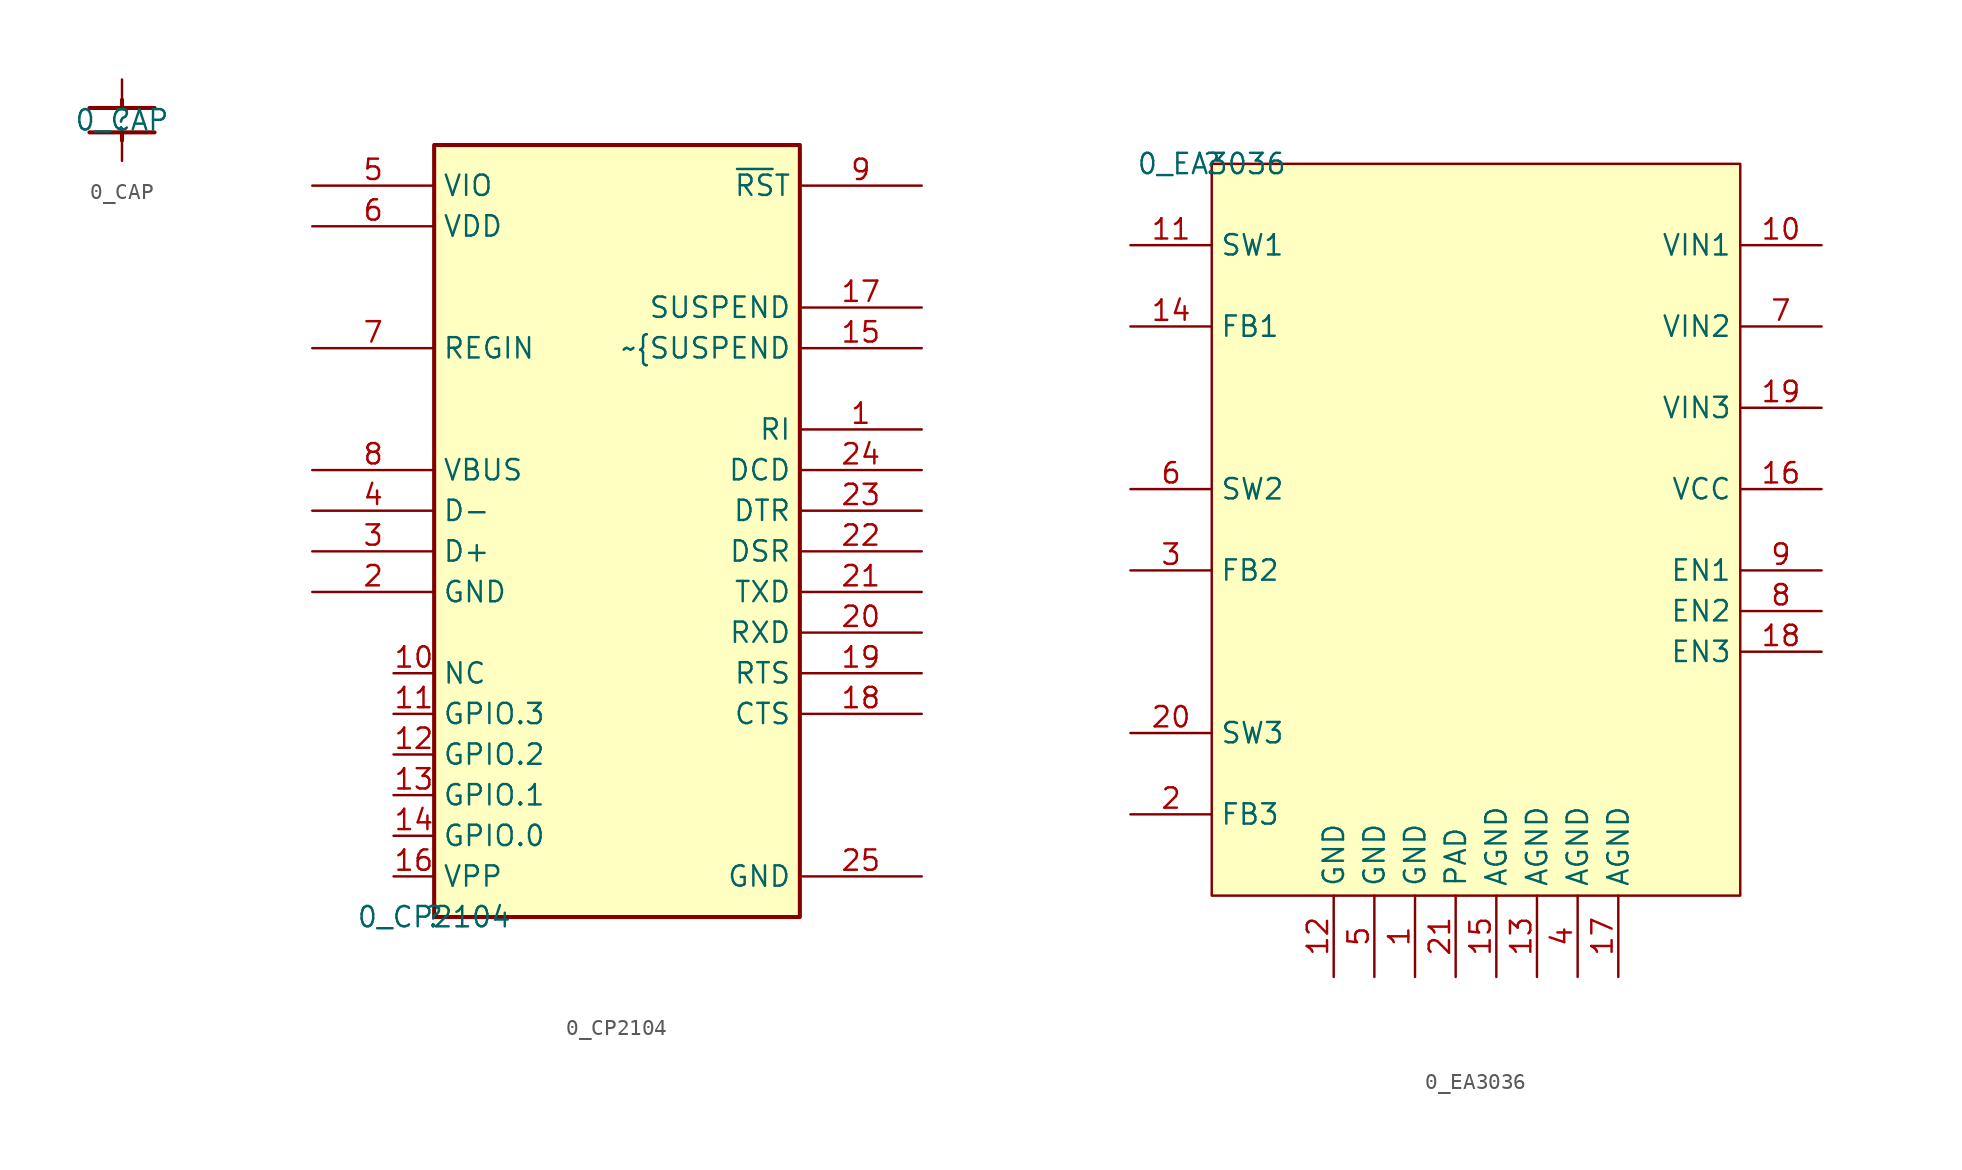
<source format=kicad_sym>
(kicad_symbol_lib
  (version 20210619)
  (generator kicad_symbol_editor)
  (symbol "F1C200S_WS__RGB_T7-altium-import:0_CAP"
    (property "Reference" ""
      (at 0 0 0)
      (effects (font (size 1.27 1.27))))
    (property "Value" "0_CAP"
      (at 0 0 0)
      (effects (font (size 1.27 1.27))))
    (symbol "0_CAP_1_0"
      (polyline (pts (xy 0 -0.762) (xy 0 -1.27)) (stroke (width 0.254)) (fill (type none)))
      (polyline (pts (xy -2.032 0.762) (xy 2.032 0.762)) (stroke (width 0.254)) (fill (type none)))
      (polyline (pts (xy 0 1.27) (xy 0 0.762)) (stroke (width 0.254)) (fill (type none)))
      (polyline (pts (xy 2.032 -0.762) (xy -2.032 -0.762)) (stroke (width 0.254)) (fill (type none)))
      (pin passive line (at 0 2.54 270) (length 1.27) (name "1" (effects (font (size 0 0)))) (number "1" (effects (font (size 0 0)))))
      (pin passive line (at 0 -2.54 90) (length 1.27) (name "2" (effects (font (size 0 0)))) (number "2" (effects (font (size 0 0)))))))
  (symbol "F1C200S_WS__RGB_T7-altium-import:0_CP2104"
    (property "Reference" ""
      (at 0 0 0)
      (effects (font (size 1.27 1.27))))
    (property "Value" "0_CP2104"
      (at 0 0 0)
      (effects (font (size 1.27 1.27))))
    (symbol "0_CP2104_1_0"
      (rectangle (start 22.86 48.26) (end 0 0) (stroke (width 0.254)) (fill (type background)))
      (pin passive line (at 30.48 30.48 180) (length 7.62) (name "RI" (effects (font (size 1.27 1.27)))) (number "1" (effects (font (size 1.27 1.27)))))
      (pin passive line (at -2.54 15.24 0) (length 2.54) (name "NC" (effects (font (size 1.27 1.27)))) (number "10" (effects (font (size 1.27 1.27)))))
      (pin passive line (at -2.54 12.7 0) (length 2.54) (name "GPIO.3" (effects (font (size 1.27 1.27)))) (number "11" (effects (font (size 1.27 1.27)))))
      (pin passive line (at -2.54 10.16 0) (length 2.54) (name "GPIO.2" (effects (font (size 1.27 1.27)))) (number "12" (effects (font (size 1.27 1.27)))))
      (pin passive line (at -2.54 7.62 0) (length 2.54) (name "GPIO.1" (effects (font (size 1.27 1.27)))) (number "13" (effects (font (size 1.27 1.27)))))
      (pin passive line (at -2.54 5.08 0) (length 2.54) (name "GPIO.0" (effects (font (size 1.27 1.27)))) (number "14" (effects (font (size 1.27 1.27)))))
      (pin passive line (at 30.48 35.56 180) (length 7.62) (name "~{SUSPEND" (effects (font (size 1.27 1.27)))) (number "15" (effects (font (size 1.27 1.27)))))
      (pin passive line (at -2.54 2.54 0) (length 2.54) (name "VPP" (effects (font (size 1.27 1.27)))) (number "16" (effects (font (size 1.27 1.27)))))
      (pin passive line (at 30.48 38.1 180) (length 7.62) (name "SUSPEND" (effects (font (size 1.27 1.27)))) (number "17" (effects (font (size 1.27 1.27)))))
      (pin passive line (at 30.48 12.7 180) (length 7.62) (name "CTS" (effects (font (size 1.27 1.27)))) (number "18" (effects (font (size 1.27 1.27)))))
      (pin passive line (at 30.48 15.24 180) (length 7.62) (name "RTS" (effects (font (size 1.27 1.27)))) (number "19" (effects (font (size 1.27 1.27)))))
      (pin power_in line (at -7.62 20.32 0) (length 7.62) (name "GND" (effects (font (size 1.27 1.27)))) (number "2" (effects (font (size 1.27 1.27)))))
      (pin passive line (at 30.48 17.78 180) (length 7.62) (name "RXD" (effects (font (size 1.27 1.27)))) (number "20" (effects (font (size 1.27 1.27)))))
      (pin passive line (at 30.48 20.32 180) (length 7.62) (name "TXD" (effects (font (size 1.27 1.27)))) (number "21" (effects (font (size 1.27 1.27)))))
      (pin passive line (at 30.48 22.86 180) (length 7.62) (name "DSR" (effects (font (size 1.27 1.27)))) (number "22" (effects (font (size 1.27 1.27)))))
      (pin passive line (at 30.48 25.4 180) (length 7.62) (name "DTR" (effects (font (size 1.27 1.27)))) (number "23" (effects (font (size 1.27 1.27)))))
      (pin passive line (at 30.48 27.94 180) (length 7.62) (name "DCD" (effects (font (size 1.27 1.27)))) (number "24" (effects (font (size 1.27 1.27)))))
      (pin power_in line (at 30.48 2.54 180) (length 7.62) (name "GND" (effects (font (size 1.27 1.27)))) (number "25" (effects (font (size 1.27 1.27)))))
      (pin passive line (at -7.62 22.86 0) (length 7.62) (name "D+" (effects (font (size 1.27 1.27)))) (number "3" (effects (font (size 1.27 1.27)))))
      (pin passive line (at -7.62 25.4 0) (length 7.62) (name "D-" (effects (font (size 1.27 1.27)))) (number "4" (effects (font (size 1.27 1.27)))))
      (pin passive line (at -7.62 45.72 0) (length 7.62) (name "VIO" (effects (font (size 1.27 1.27)))) (number "5" (effects (font (size 1.27 1.27)))))
      (pin passive line (at -7.62 43.18 0) (length 7.62) (name "VDD" (effects (font (size 1.27 1.27)))) (number "6" (effects (font (size 1.27 1.27)))))
      (pin passive line (at -7.62 35.56 0) (length 7.62) (name "REGIN" (effects (font (size 1.27 1.27)))) (number "7" (effects (font (size 1.27 1.27)))))
      (pin power_in line (at -7.62 27.94 0) (length 7.62) (name "VBUS" (effects (font (size 1.27 1.27)))) (number "8" (effects (font (size 1.27 1.27)))))
      (pin passive line (at 30.48 45.72 180) (length 7.62) (name "~{RS}T" (effects (font (size 1.27 1.27)))) (number "9" (effects (font (size 1.27 1.27)))))))
  (symbol "F1C200S_WS__RGB_T7-altium-import:0_EA3036"
    (property "Reference" ""
      (at 0 0 0)
      (effects (font (size 1.27 1.27))))
    (property "Value" "0_EA3036"
      (at 0 0 0)
      (effects (font (size 1.27 1.27))))
    (symbol "0_EA3036_1_0"
      (rectangle (start 33.02 0) (end 0 -45.72) (stroke (width 0)) (fill (type background)))
      (pin passive line (at 12.7 -50.8 90) (length 5.08) (name "GND" (effects (font (size 1.27 1.27)))) (number "1" (effects (font (size 1.27 1.27)))))
      (pin passive line (at 38.1 -5.08 180) (length 5.08) (name "VIN1" (effects (font (size 1.27 1.27)))) (number "10" (effects (font (size 1.27 1.27)))))
      (pin passive line (at -5.08 -5.08 0) (length 5.08) (name "SW1" (effects (font (size 1.27 1.27)))) (number "11" (effects (font (size 1.27 1.27)))))
      (pin passive line (at 7.62 -50.8 90) (length 5.08) (name "GND" (effects (font (size 1.27 1.27)))) (number "12" (effects (font (size 1.27 1.27)))))
      (pin passive line (at 20.32 -50.8 90) (length 5.08) (name "AGND" (effects (font (size 1.27 1.27)))) (number "13" (effects (font (size 1.27 1.27)))))
      (pin passive line (at -5.08 -10.16 0) (length 5.08) (name "FB1" (effects (font (size 1.27 1.27)))) (number "14" (effects (font (size 1.27 1.27)))))
      (pin passive line (at 17.78 -50.8 90) (length 5.08) (name "AGND" (effects (font (size 1.27 1.27)))) (number "15" (effects (font (size 1.27 1.27)))))
      (pin passive line (at 38.1 -20.32 180) (length 5.08) (name "VCC" (effects (font (size 1.27 1.27)))) (number "16" (effects (font (size 1.27 1.27)))))
      (pin passive line (at 25.4 -50.8 90) (length 5.08) (name "AGND" (effects (font (size 1.27 1.27)))) (number "17" (effects (font (size 1.27 1.27)))))
      (pin passive line (at 38.1 -30.48 180) (length 5.08) (name "EN3" (effects (font (size 1.27 1.27)))) (number "18" (effects (font (size 1.27 1.27)))))
      (pin passive line (at 38.1 -15.24 180) (length 5.08) (name "VIN3" (effects (font (size 1.27 1.27)))) (number "19" (effects (font (size 1.27 1.27)))))
      (pin passive line (at -5.08 -40.64 0) (length 5.08) (name "FB3" (effects (font (size 1.27 1.27)))) (number "2" (effects (font (size 1.27 1.27)))))
      (pin passive line (at -5.08 -35.56 0) (length 5.08) (name "SW3" (effects (font (size 1.27 1.27)))) (number "20" (effects (font (size 1.27 1.27)))))
      (pin passive line (at 15.24 -50.8 90) (length 5.08) (name "PAD" (effects (font (size 1.27 1.27)))) (number "21" (effects (font (size 1.27 1.27)))))
      (pin passive line (at -5.08 -25.4 0) (length 5.08) (name "FB2" (effects (font (size 1.27 1.27)))) (number "3" (effects (font (size 1.27 1.27)))))
      (pin passive line (at 22.86 -50.8 90) (length 5.08) (name "AGND" (effects (font (size 1.27 1.27)))) (number "4" (effects (font (size 1.27 1.27)))))
      (pin passive line (at 10.16 -50.8 90) (length 5.08) (name "GND" (effects (font (size 1.27 1.27)))) (number "5" (effects (font (size 1.27 1.27)))))
      (pin passive line (at -5.08 -20.32 0) (length 5.08) (name "SW2" (effects (font (size 1.27 1.27)))) (number "6" (effects (font (size 1.27 1.27)))))
      (pin passive line (at 38.1 -10.16 180) (length 5.08) (name "VIN2" (effects (font (size 1.27 1.27)))) (number "7" (effects (font (size 1.27 1.27)))))
      (pin passive line (at 38.1 -27.94 180) (length 5.08) (name "EN2" (effects (font (size 1.27 1.27)))) (number "8" (effects (font (size 1.27 1.27)))))
      (pin passive line (at 38.1 -25.4 180) (length 5.08) (name "EN1" (effects (font (size 1.27 1.27)))) (number "9" (effects (font (size 1.27 1.27))))))))
</source>
